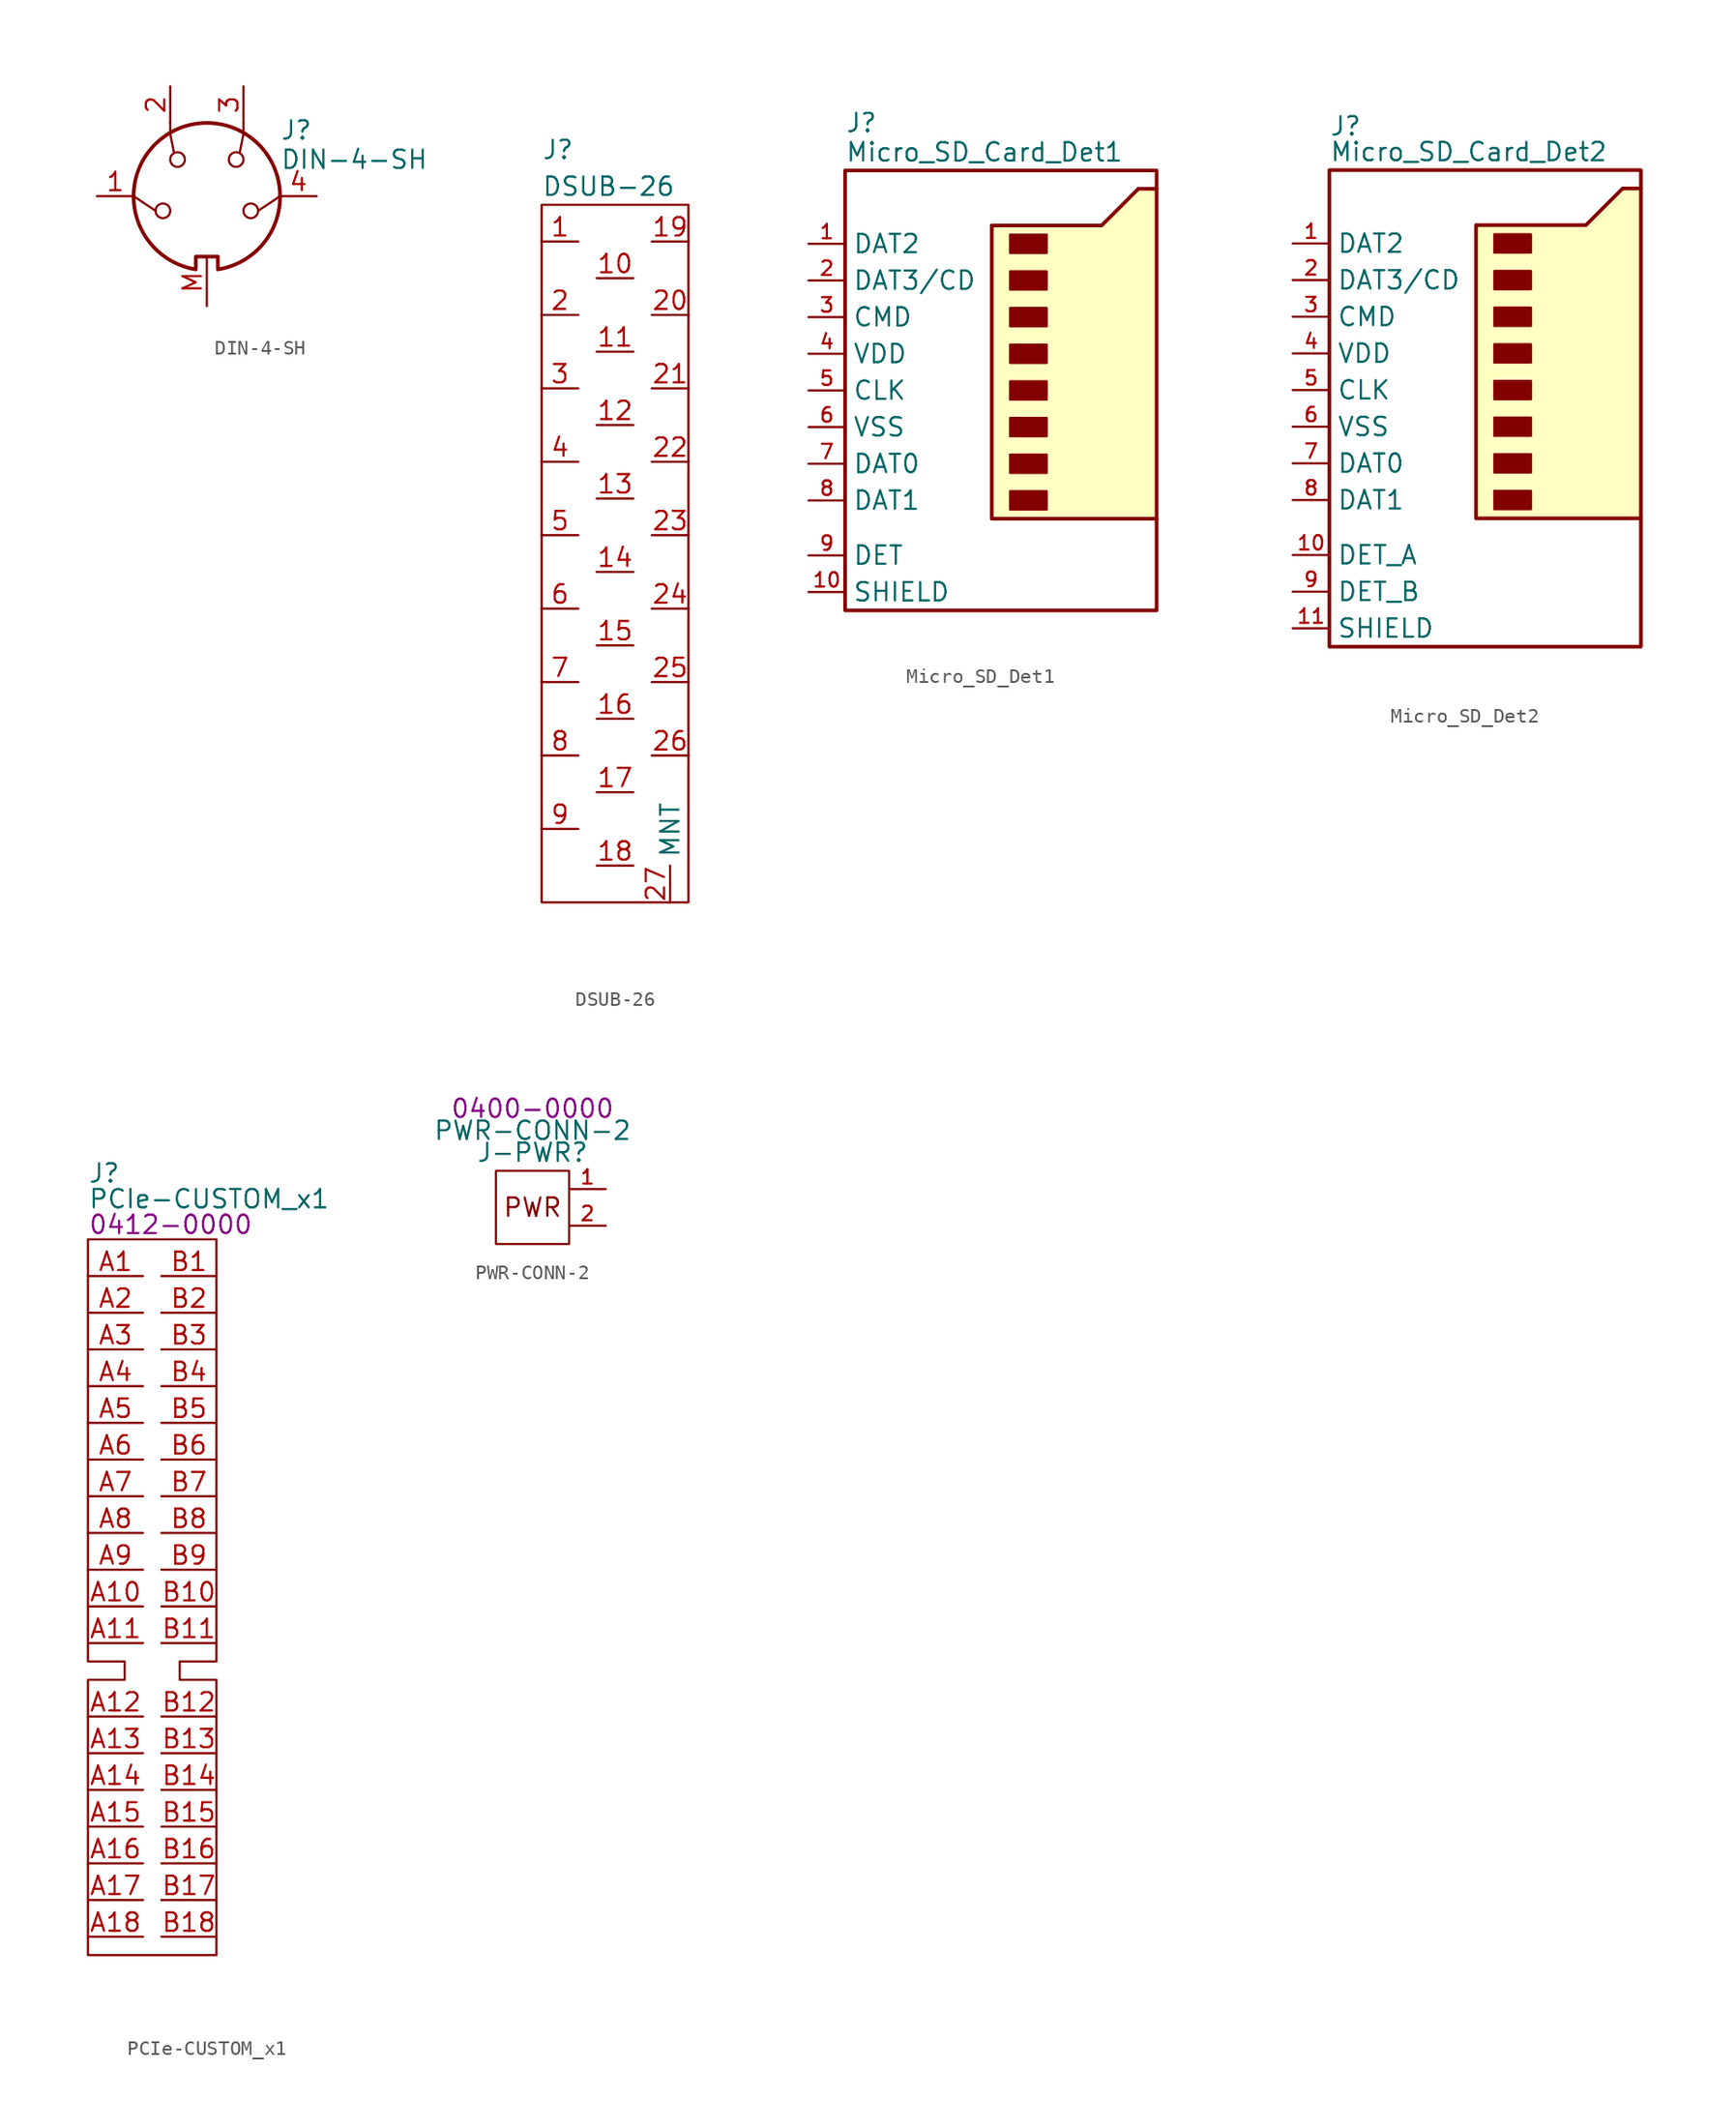
<source format=kicad_sym>
(kicad_symbol_lib
  (version 20231120)
  (generator "kicad_symbol_editor")
  (generator_version "8.0")
  (symbol "DIN-4-SH"
    (pin_names
      (offset 1.016))
    (property "Reference" "J"
      (at 5.08 4.572 0)
      (effects (font (size 1.27 1.27)) (justify left)))
    (property "Value" "DIN-4-SH"
      (at 5.08 2.54 0)
      (effects (font (size 1.27 1.27)) (justify left)))
    (symbol "DIN-4-SH_0_1"
      (arc (start -5.08 0) (mid -3.8609 -3.3364) (end -0.762 -5.08) (stroke (width 0.254) (type default)) (fill (type none)))
      (circle (center -3.048 -1.016) (radius 0.508) (stroke (width 0) (type default)) (fill (type none)))
      (circle (center -2.032 2.54) (radius 0.508) (stroke (width 0) (type default)) (fill (type none)))
      (polyline (pts (xy -3.556 -1.016) (xy -5.08 0)) (stroke (width 0) (type default)) (fill (type none)))
      (polyline (pts (xy 5.08 0) (xy 3.556 -1.016)) (stroke (width 0) (type default)) (fill (type none)))
      (polyline (pts (xy -2.54 5.08) (xy -2.54 4.318) (xy -2.286 3.048)) (stroke (width 0) (type default)) (fill (type none)))
      (polyline (pts (xy 2.54 5.08) (xy 2.54 4.318) (xy 2.286 3.048)) (stroke (width 0) (type default)) (fill (type none)))
      (polyline (pts (xy -0.762 -4.953) (xy -0.762 -4.191) (xy 0.762 -4.191) (xy 0.762 -4.953)) (stroke (width 0.254) (type default)) (fill (type none)))
      (arc (start 0.762 -5.08) (mid 3.8685 -3.343) (end 5.08 0) (stroke (width 0.254) (type default)) (fill (type none)))
      (circle (center 2.032 2.54) (radius 0.508) (stroke (width 0) (type default)) (fill (type none)))
      (circle (center 3.048 -1.016) (radius 0.508) (stroke (width 0) (type default)) (fill (type none)))
      (arc (start 5.08 0) (mid 0 5.0579) (end -5.08 0) (stroke (width 0.254) (type default)) (fill (type none))))
    (symbol "DIN-4-SH_1_1"
      (pin passive line (at -7.62 0 0) (length 2.54) (name "~" (effects (font (size 1.27 1.27)))) (number "1" (effects (font (size 1.27 1.27)))))
      (pin passive line (at -2.54 7.62 270) (length 2.54) (name "~" (effects (font (size 1.27 1.27)))) (number "2" (effects (font (size 1.27 1.27)))))
      (pin passive line (at 2.54 7.62 270) (length 2.54) (name "~" (effects (font (size 1.27 1.27)))) (number "3" (effects (font (size 1.27 1.27)))))
      (pin passive line (at 7.62 0 180) (length 2.54) (name "~" (effects (font (size 1.27 1.27)))) (number "4" (effects (font (size 1.27 1.27)))))
      (pin passive line (at 0 -7.62 90) (length 3.3) (name "~" (effects (font (size 1.27 1.27)))) (number "M" (effects (font (size 1.27 1.27)))))))
  (symbol "DSUB-26"
    (property "Reference" "J"
      (at 0 3.81 0)
      (effects (font (size 1.27 1.27)) (justify left)))
    (property "Value" "DSUB-26"
      (at 0 1.27 0)
      (effects (font (size 1.27 1.27)) (justify left)))
    (symbol "DSUB-26_0_0"
      (pin passive line (at 0 -2.54 0) (length 2.54) (name "~" (effects (font (size 1.27 1.27)))) (number "1" (effects (font (size 1.27 1.27)))))
      (pin passive line (at 3.81 -5.08 0) (length 2.54) (name "~" (effects (font (size 1.27 1.27)))) (number "10" (effects (font (size 1.27 1.27)))))
      (pin passive line (at 3.81 -10.16 0) (length 2.54) (name "~" (effects (font (size 1.27 1.27)))) (number "11" (effects (font (size 1.27 1.27)))))
      (pin passive line (at 3.81 -15.24 0) (length 2.54) (name "~" (effects (font (size 1.27 1.27)))) (number "12" (effects (font (size 1.27 1.27)))))
      (pin passive line (at 3.81 -20.32 0) (length 2.54) (name "~" (effects (font (size 1.27 1.27)))) (number "13" (effects (font (size 1.27 1.27)))))
      (pin passive line (at 3.81 -25.4 0) (length 2.54) (name "~" (effects (font (size 1.27 1.27)))) (number "14" (effects (font (size 1.27 1.27)))))
      (pin passive line (at 3.81 -30.48 0) (length 2.54) (name "~" (effects (font (size 1.27 1.27)))) (number "15" (effects (font (size 1.27 1.27)))))
      (pin passive line (at 3.81 -35.56 0) (length 2.54) (name "~" (effects (font (size 1.27 1.27)))) (number "16" (effects (font (size 1.27 1.27)))))
      (pin passive line (at 3.81 -40.64 0) (length 2.54) (name "~" (effects (font (size 1.27 1.27)))) (number "17" (effects (font (size 1.27 1.27)))))
      (pin passive line (at 3.81 -45.72 0) (length 2.54) (name "~" (effects (font (size 1.27 1.27)))) (number "18" (effects (font (size 1.27 1.27)))))
      (pin passive line (at 10.16 -2.54 180) (length 2.54) (name "~" (effects (font (size 1.27 1.27)))) (number "19" (effects (font (size 1.27 1.27)))))
      (pin passive line (at 0 -7.62 0) (length 2.54) (name "~" (effects (font (size 1.27 1.27)))) (number "2" (effects (font (size 1.27 1.27)))))
      (pin passive line (at 10.16 -7.62 180) (length 2.54) (name "~" (effects (font (size 1.27 1.27)))) (number "20" (effects (font (size 1.27 1.27)))))
      (pin passive line (at 10.16 -12.7 180) (length 2.54) (name "~" (effects (font (size 1.27 1.27)))) (number "21" (effects (font (size 1.27 1.27)))))
      (pin passive line (at 10.16 -17.78 180) (length 2.54) (name "~" (effects (font (size 1.27 1.27)))) (number "22" (effects (font (size 1.27 1.27)))))
      (pin passive line (at 10.16 -22.86 180) (length 2.54) (name "~" (effects (font (size 1.27 1.27)))) (number "23" (effects (font (size 1.27 1.27)))))
      (pin passive line (at 10.16 -27.94 180) (length 2.54) (name "~" (effects (font (size 1.27 1.27)))) (number "24" (effects (font (size 1.27 1.27)))))
      (pin passive line (at 10.16 -33.02 180) (length 2.54) (name "~" (effects (font (size 1.27 1.27)))) (number "25" (effects (font (size 1.27 1.27)))))
      (pin passive line (at 10.16 -38.1 180) (length 2.54) (name "~" (effects (font (size 1.27 1.27)))) (number "26" (effects (font (size 1.27 1.27)))))
      (pin passive line (at 8.89 -48.26 90) (length 2.54) (name "MNT" (effects (font (size 1.27 1.27)))) (number "27" (effects (font (size 1.27 1.27)))))
      (pin passive line (at 0 -12.7 0) (length 2.54) (name "~" (effects (font (size 1.27 1.27)))) (number "3" (effects (font (size 1.27 1.27)))))
      (pin passive line (at 0 -17.78 0) (length 2.54) (name "~" (effects (font (size 1.27 1.27)))) (number "4" (effects (font (size 1.27 1.27)))))
      (pin passive line (at 0 -22.86 0) (length 2.54) (name "~" (effects (font (size 1.27 1.27)))) (number "5" (effects (font (size 1.27 1.27)))))
      (pin passive line (at 0 -27.94 0) (length 2.54) (name "~" (effects (font (size 1.27 1.27)))) (number "6" (effects (font (size 1.27 1.27)))))
      (pin passive line (at 0 -33.02 0) (length 2.54) (name "~" (effects (font (size 1.27 1.27)))) (number "7" (effects (font (size 1.27 1.27)))))
      (pin passive line (at 0 -38.1 0) (length 2.54) (name "~" (effects (font (size 1.27 1.27)))) (number "8" (effects (font (size 1.27 1.27)))))
      (pin passive line (at 0 -43.18 0) (length 2.54) (name "~" (effects (font (size 1.27 1.27)))) (number "9" (effects (font (size 1.27 1.27))))))
    (symbol "DSUB-26_0_1"
      (rectangle (start 0 0) (end 10.16 -48.26) (stroke (width 0) (type default)) (fill (type none)))))
  (symbol "Micro_SD_Det1"
    (property "Reference" "J"
      (at -12.7 18.542 0)
      (effects (font (size 1.27 1.27)) (justify left)))
    (property "Value" "Micro_SD_Card_Det1"
      (at -12.7 16.51 0)
      (effects (font (size 1.27 1.27)) (justify left)))
    (symbol "Micro_SD_Det1_0_1"
      (rectangle (start -1.27 -6.985) (end 1.27 -8.255) (stroke (width 0) (type default)) (fill (type outline)))
      (rectangle (start -1.27 -4.445) (end 1.27 -5.715) (stroke (width 0) (type default)) (fill (type outline)))
      (rectangle (start -1.27 -1.905) (end 1.27 -3.175) (stroke (width 0) (type default)) (fill (type outline)))
      (rectangle (start -1.27 0.635) (end 1.27 -0.635) (stroke (width 0) (type default)) (fill (type outline)))
      (rectangle (start -1.27 3.175) (end 1.27 1.905) (stroke (width 0) (type default)) (fill (type outline)))
      (rectangle (start -1.27 5.715) (end 1.27 4.445) (stroke (width 0) (type default)) (fill (type outline)))
      (rectangle (start -1.27 8.255) (end 1.27 6.985) (stroke (width 0) (type default)) (fill (type outline)))
      (rectangle (start -1.27 10.795) (end 1.27 9.525) (stroke (width 0) (type default)) (fill (type outline)))
      (polyline (pts (xy 8.89 13.97) (xy 8.89 15.24) (xy -12.7 15.24) (xy -12.7 -15.24) (xy 8.89 -15.24) (xy 8.89 -8.89)) (stroke (width 0.254) (type default)) (fill (type none)))
      (polyline (pts (xy -2.54 -8.89) (xy -2.54 11.43) (xy 5.08 11.43) (xy 7.62 13.97) (xy 8.89 13.97) (xy 8.89 -8.89) (xy -2.54 -8.89)) (stroke (width 0.254) (type default)) (fill (type background))))
    (symbol "Micro_SD_Det1_1_1"
      (pin bidirectional line (at -15.24 10.16 0) (length 2.54) (name "DAT2" (effects (font (size 1.27 1.27)))) (number "1" (effects (font (size 1 1)))))
      (pin passive line (at -15.24 -13.97 0) (length 2.54) (name "SHIELD" (effects (font (size 1.27 1.27)))) (number "10" (effects (font (size 1 1)))))
      (pin bidirectional line (at -15.24 7.62 0) (length 2.54) (name "DAT3/CD" (effects (font (size 1.27 1.27)))) (number "2" (effects (font (size 1 1)))))
      (pin input line (at -15.24 5.08 0) (length 2.54) (name "CMD" (effects (font (size 1.27 1.27)))) (number "3" (effects (font (size 1 1)))))
      (pin power_in line (at -15.24 2.54 0) (length 2.54) (name "VDD" (effects (font (size 1.27 1.27)))) (number "4" (effects (font (size 1 1)))))
      (pin input line (at -15.24 0 0) (length 2.54) (name "CLK" (effects (font (size 1.27 1.27)))) (number "5" (effects (font (size 1 1)))))
      (pin power_in line (at -15.24 -2.54 0) (length 2.54) (name "VSS" (effects (font (size 1.27 1.27)))) (number "6" (effects (font (size 1 1)))))
      (pin bidirectional line (at -15.24 -5.08 0) (length 2.54) (name "DAT0" (effects (font (size 1.27 1.27)))) (number "7" (effects (font (size 1 1)))))
      (pin bidirectional line (at -15.24 -7.62 0) (length 2.54) (name "DAT1" (effects (font (size 1.27 1.27)))) (number "8" (effects (font (size 1 1)))))
      (pin passive line (at -15.24 -11.43 0) (length 2.54) (name "DET" (effects (font (size 1.27 1.27)))) (number "9" (effects (font (size 1 1)))))))
  (symbol "Micro_SD_Det2"
    (property "Reference" "J"
      (at -12.7 18.288 0)
      (effects (font (size 1.27 1.27)) (justify left)))
    (property "Value" "Micro_SD_Card_Det2"
      (at -12.7 16.51 0)
      (effects (font (size 1.27 1.27)) (justify left)))
    (symbol "Micro_SD_Det2_0_1"
      (rectangle (start -1.27 -6.985) (end 1.27 -8.255) (stroke (width 0) (type default)) (fill (type outline)))
      (rectangle (start -1.27 -4.445) (end 1.27 -5.715) (stroke (width 0) (type default)) (fill (type outline)))
      (rectangle (start -1.27 -1.905) (end 1.27 -3.175) (stroke (width 0) (type default)) (fill (type outline)))
      (rectangle (start -1.27 0.635) (end 1.27 -0.635) (stroke (width 0) (type default)) (fill (type outline)))
      (rectangle (start -1.27 3.175) (end 1.27 1.905) (stroke (width 0) (type default)) (fill (type outline)))
      (rectangle (start -1.27 5.715) (end 1.27 4.445) (stroke (width 0) (type default)) (fill (type outline)))
      (rectangle (start -1.27 8.255) (end 1.27 6.985) (stroke (width 0) (type default)) (fill (type outline)))
      (rectangle (start -1.27 10.795) (end 1.27 9.525) (stroke (width 0) (type default)) (fill (type outline)))
      (polyline (pts (xy 8.89 13.97) (xy 8.89 15.24) (xy -12.7 15.24) (xy -12.7 -17.78) (xy 8.89 -17.78) (xy 8.89 -8.89)) (stroke (width 0.254) (type default)) (fill (type none)))
      (polyline (pts (xy -2.54 -8.89) (xy -2.54 11.43) (xy 5.08 11.43) (xy 7.62 13.97) (xy 8.89 13.97) (xy 8.89 -8.89) (xy -2.54 -8.89)) (stroke (width 0.254) (type default)) (fill (type background))))
    (symbol "Micro_SD_Det2_1_1"
      (pin bidirectional line (at -15.24 10.16 0) (length 2.54) (name "DAT2" (effects (font (size 1.27 1.27)))) (number "1" (effects (font (size 1 1)))))
      (pin passive line (at -15.24 -11.43 0) (length 2.54) (name "DET_A" (effects (font (size 1.27 1.27)))) (number "10" (effects (font (size 1 1)))))
      (pin passive line (at -15.24 -16.51 0) (length 2.54) (name "SHIELD" (effects (font (size 1.27 1.27)))) (number "11" (effects (font (size 1 1)))))
      (pin bidirectional line (at -15.24 7.62 0) (length 2.54) (name "DAT3/CD" (effects (font (size 1.27 1.27)))) (number "2" (effects (font (size 1 1)))))
      (pin input line (at -15.24 5.08 0) (length 2.54) (name "CMD" (effects (font (size 1.27 1.27)))) (number "3" (effects (font (size 1 1)))))
      (pin power_in line (at -15.24 2.54 0) (length 2.54) (name "VDD" (effects (font (size 1.27 1.27)))) (number "4" (effects (font (size 1 1)))))
      (pin input line (at -15.24 0 0) (length 2.54) (name "CLK" (effects (font (size 1.27 1.27)))) (number "5" (effects (font (size 1 1)))))
      (pin power_in line (at -15.24 -2.54 0) (length 2.54) (name "VSS" (effects (font (size 1.27 1.27)))) (number "6" (effects (font (size 1 1)))))
      (pin bidirectional line (at -15.24 -5.08 0) (length 2.54) (name "DAT0" (effects (font (size 1.27 1.27)))) (number "7" (effects (font (size 1 1)))))
      (pin bidirectional line (at -15.24 -7.62 0) (length 2.54) (name "DAT1" (effects (font (size 1.27 1.27)))) (number "8" (effects (font (size 1 1)))))
      (pin passive line (at -15.24 -13.97 0) (length 2.54) (name "DET_B" (effects (font (size 1.27 1.27)))) (number "9" (effects (font (size 1 1)))))))
  (symbol "PCIe-CUSTOM_x1"
    (property "Reference" "J"
      (at -2.54 33.782 0)
      (effects (font (size 1.27 1.27)) (justify left)))
    (property "Value" "PCIe-CUSTOM_x1"
      (at -2.54 32.004 0)
      (effects (font (size 1.27 1.27)) (justify left)))
    (property "PartNumber" "0412-0000"
      (at -2.54 30.226 0)
      (effects (font (size 1.27 1.27)) (justify left)))
    (symbol "PCIe-CUSTOM_x1_0_0"
      (pin passive line (at -2.54 26.67 0) (length 3.81) (name "" (effects (font (size 1.27 1.27)))) (number "A1" (effects (font (size 1.27 1.27)))))
      (pin passive line (at -2.54 3.81 0) (length 3.81) (name "" (effects (font (size 1.27 1.27)))) (number "A10" (effects (font (size 1.27 1.27)))))
      (pin passive line (at -2.54 1.27 0) (length 3.81) (name "" (effects (font (size 1.27 1.27)))) (number "A11" (effects (font (size 1.27 1.27)))))
      (pin passive line (at -2.54 -3.81 0) (length 3.81) (name "" (effects (font (size 1.27 1.27)))) (number "A12" (effects (font (size 1.27 1.27)))))
      (pin passive line (at -2.54 -6.35 0) (length 3.81) (name "" (effects (font (size 1.27 1.27)))) (number "A13" (effects (font (size 1.27 1.27)))))
      (pin passive line (at -2.54 -8.89 0) (length 3.81) (name "" (effects (font (size 1.27 1.27)))) (number "A14" (effects (font (size 1.27 1.27)))))
      (pin passive line (at -2.54 -11.43 0) (length 3.81) (name "" (effects (font (size 1.27 1.27)))) (number "A15" (effects (font (size 1.27 1.27)))))
      (pin passive line (at -2.54 -13.97 0) (length 3.81) (name "" (effects (font (size 1.27 1.27)))) (number "A16" (effects (font (size 1.27 1.27)))))
      (pin passive line (at -2.54 -16.51 0) (length 3.81) (name "" (effects (font (size 1.27 1.27)))) (number "A17" (effects (font (size 1.27 1.27)))))
      (pin passive line (at -2.54 -19.05 0) (length 3.81) (name "" (effects (font (size 1.27 1.27)))) (number "A18" (effects (font (size 1.27 1.27)))))
      (pin passive line (at -2.54 24.13 0) (length 3.81) (name "" (effects (font (size 1.27 1.27)))) (number "A2" (effects (font (size 1.27 1.27)))))
      (pin passive line (at -2.54 21.59 0) (length 3.81) (name "" (effects (font (size 1.27 1.27)))) (number "A3" (effects (font (size 1.27 1.27)))))
      (pin passive line (at -2.54 19.05 0) (length 3.81) (name "" (effects (font (size 1.27 1.27)))) (number "A4" (effects (font (size 1.27 1.27)))))
      (pin passive line (at -2.54 16.51 0) (length 3.81) (name "" (effects (font (size 1.27 1.27)))) (number "A5" (effects (font (size 1.27 1.27)))))
      (pin passive line (at -2.54 13.97 0) (length 3.81) (name "" (effects (font (size 1.27 1.27)))) (number "A6" (effects (font (size 1.27 1.27)))))
      (pin passive line (at -2.54 11.43 0) (length 3.81) (name "" (effects (font (size 1.27 1.27)))) (number "A7" (effects (font (size 1.27 1.27)))))
      (pin passive line (at -2.54 8.89 0) (length 3.81) (name "" (effects (font (size 1.27 1.27)))) (number "A8" (effects (font (size 1.27 1.27)))))
      (pin passive line (at -2.54 6.35 0) (length 3.81) (name "" (effects (font (size 1.27 1.27)))) (number "A9" (effects (font (size 1.27 1.27)))))
      (pin passive line (at 6.35 26.67 180) (length 3.81) (name "" (effects (font (size 1.27 1.27)))) (number "B1" (effects (font (size 1.27 1.27)))))
      (pin passive line (at 6.35 3.81 180) (length 3.81) (name "" (effects (font (size 1.27 1.27)))) (number "B10" (effects (font (size 1.27 1.27)))))
      (pin passive line (at 6.35 1.27 180) (length 3.81) (name "" (effects (font (size 1.27 1.27)))) (number "B11" (effects (font (size 1.27 1.27)))))
      (pin passive line (at 6.35 -3.81 180) (length 3.81) (name "" (effects (font (size 1.27 1.27)))) (number "B12" (effects (font (size 1.27 1.27)))))
      (pin passive line (at 6.35 -6.35 180) (length 3.81) (name "" (effects (font (size 1.27 1.27)))) (number "B13" (effects (font (size 1.27 1.27)))))
      (pin passive line (at 6.35 -8.89 180) (length 3.81) (name "" (effects (font (size 1.27 1.27)))) (number "B14" (effects (font (size 1.27 1.27)))))
      (pin passive line (at 6.35 -11.43 180) (length 3.81) (name "" (effects (font (size 1.27 1.27)))) (number "B15" (effects (font (size 1.27 1.27)))))
      (pin passive line (at 6.35 -13.97 180) (length 3.81) (name "" (effects (font (size 1.27 1.27)))) (number "B16" (effects (font (size 1.27 1.27)))))
      (pin passive line (at 6.35 -16.51 180) (length 3.81) (name "" (effects (font (size 1.27 1.27)))) (number "B17" (effects (font (size 1.27 1.27)))))
      (pin passive line (at 6.35 -19.05 180) (length 3.81) (name "" (effects (font (size 1.27 1.27)))) (number "B18" (effects (font (size 1.27 1.27)))))
      (pin passive line (at 6.35 24.13 180) (length 3.81) (name "" (effects (font (size 1.27 1.27)))) (number "B2" (effects (font (size 1.27 1.27)))))
      (pin passive line (at 6.35 21.59 180) (length 3.81) (name "" (effects (font (size 1.27 1.27)))) (number "B3" (effects (font (size 1.27 1.27)))))
      (pin passive line (at 6.35 19.05 180) (length 3.81) (name "" (effects (font (size 1.27 1.27)))) (number "B4" (effects (font (size 1.27 1.27)))))
      (pin passive line (at 6.35 16.51 180) (length 3.81) (name "" (effects (font (size 1.27 1.27)))) (number "B5" (effects (font (size 1.27 1.27)))))
      (pin passive line (at 6.35 13.97 180) (length 3.81) (name "" (effects (font (size 1.27 1.27)))) (number "B6" (effects (font (size 1.27 1.27)))))
      (pin passive line (at 6.35 11.43 180) (length 3.81) (name "" (effects (font (size 1.27 1.27)))) (number "B7" (effects (font (size 1.27 1.27)))))
      (pin passive line (at 6.35 8.89 180) (length 3.81) (name "" (effects (font (size 1.27 1.27)))) (number "B8" (effects (font (size 1.27 1.27)))))
      (pin passive line (at 6.35 6.35 180) (length 3.81) (name "" (effects (font (size 1.27 1.27)))) (number "B9" (effects (font (size 1.27 1.27))))))
    (symbol "PCIe-CUSTOM_x1_0_1"
      (polyline (pts (xy 6.35 -20.32) (xy 6.35 -1.27) (xy 3.81 -1.27) (xy 3.81 0) (xy 6.35 0) (xy 6.35 29.21) (xy -2.54 29.21) (xy -2.54 0) (xy 0 0) (xy 0 -1.27) (xy -2.54 -1.27) (xy -2.54 -20.32) (xy 6.35 -20.32)) (stroke (width 0) (type default)) (fill (type none)))))
  (symbol "PWR-CONN-2"
    (property "Reference" "J-PWR"
      (at 0 3.81 0)
      (effects (font (size 1.27 1.27))))
    (property "Value" "PWR-CONN-2"
      (at 0 5.334 0)
      (effects (font (size 1.27 1.27))))
    (property "PartNumber" "0400-0000"
      (at 0 6.858 0)
      (effects (font (size 1.27 1.27))))
    (symbol "PWR-CONN-2_0_0"
      (text "PWR" (at 0 0 0) (effects (font (size 1.27 1.27))))
      (pin passive line (at 5.08 1.27 180) (length 2.54) (name "~" (effects (font (size 1.27 1.27)))) (number "1" (effects (font (size 1 1)))) (alternate "+" input line) (alternate "VCC" input line))
      (pin passive line (at 5.08 -1.27 180) (length 2.54) (name "~" (effects (font (size 1.27 1.27)))) (number "2" (effects (font (size 1 1)))) (alternate "-" passive line) (alternate "GND" passive line)))
    (symbol "PWR-CONN-2_0_1"
      (rectangle (start -2.54 2.54) (end 2.54 -2.54) (stroke (width 0) (type default)) (fill (type none))))))
</source>
